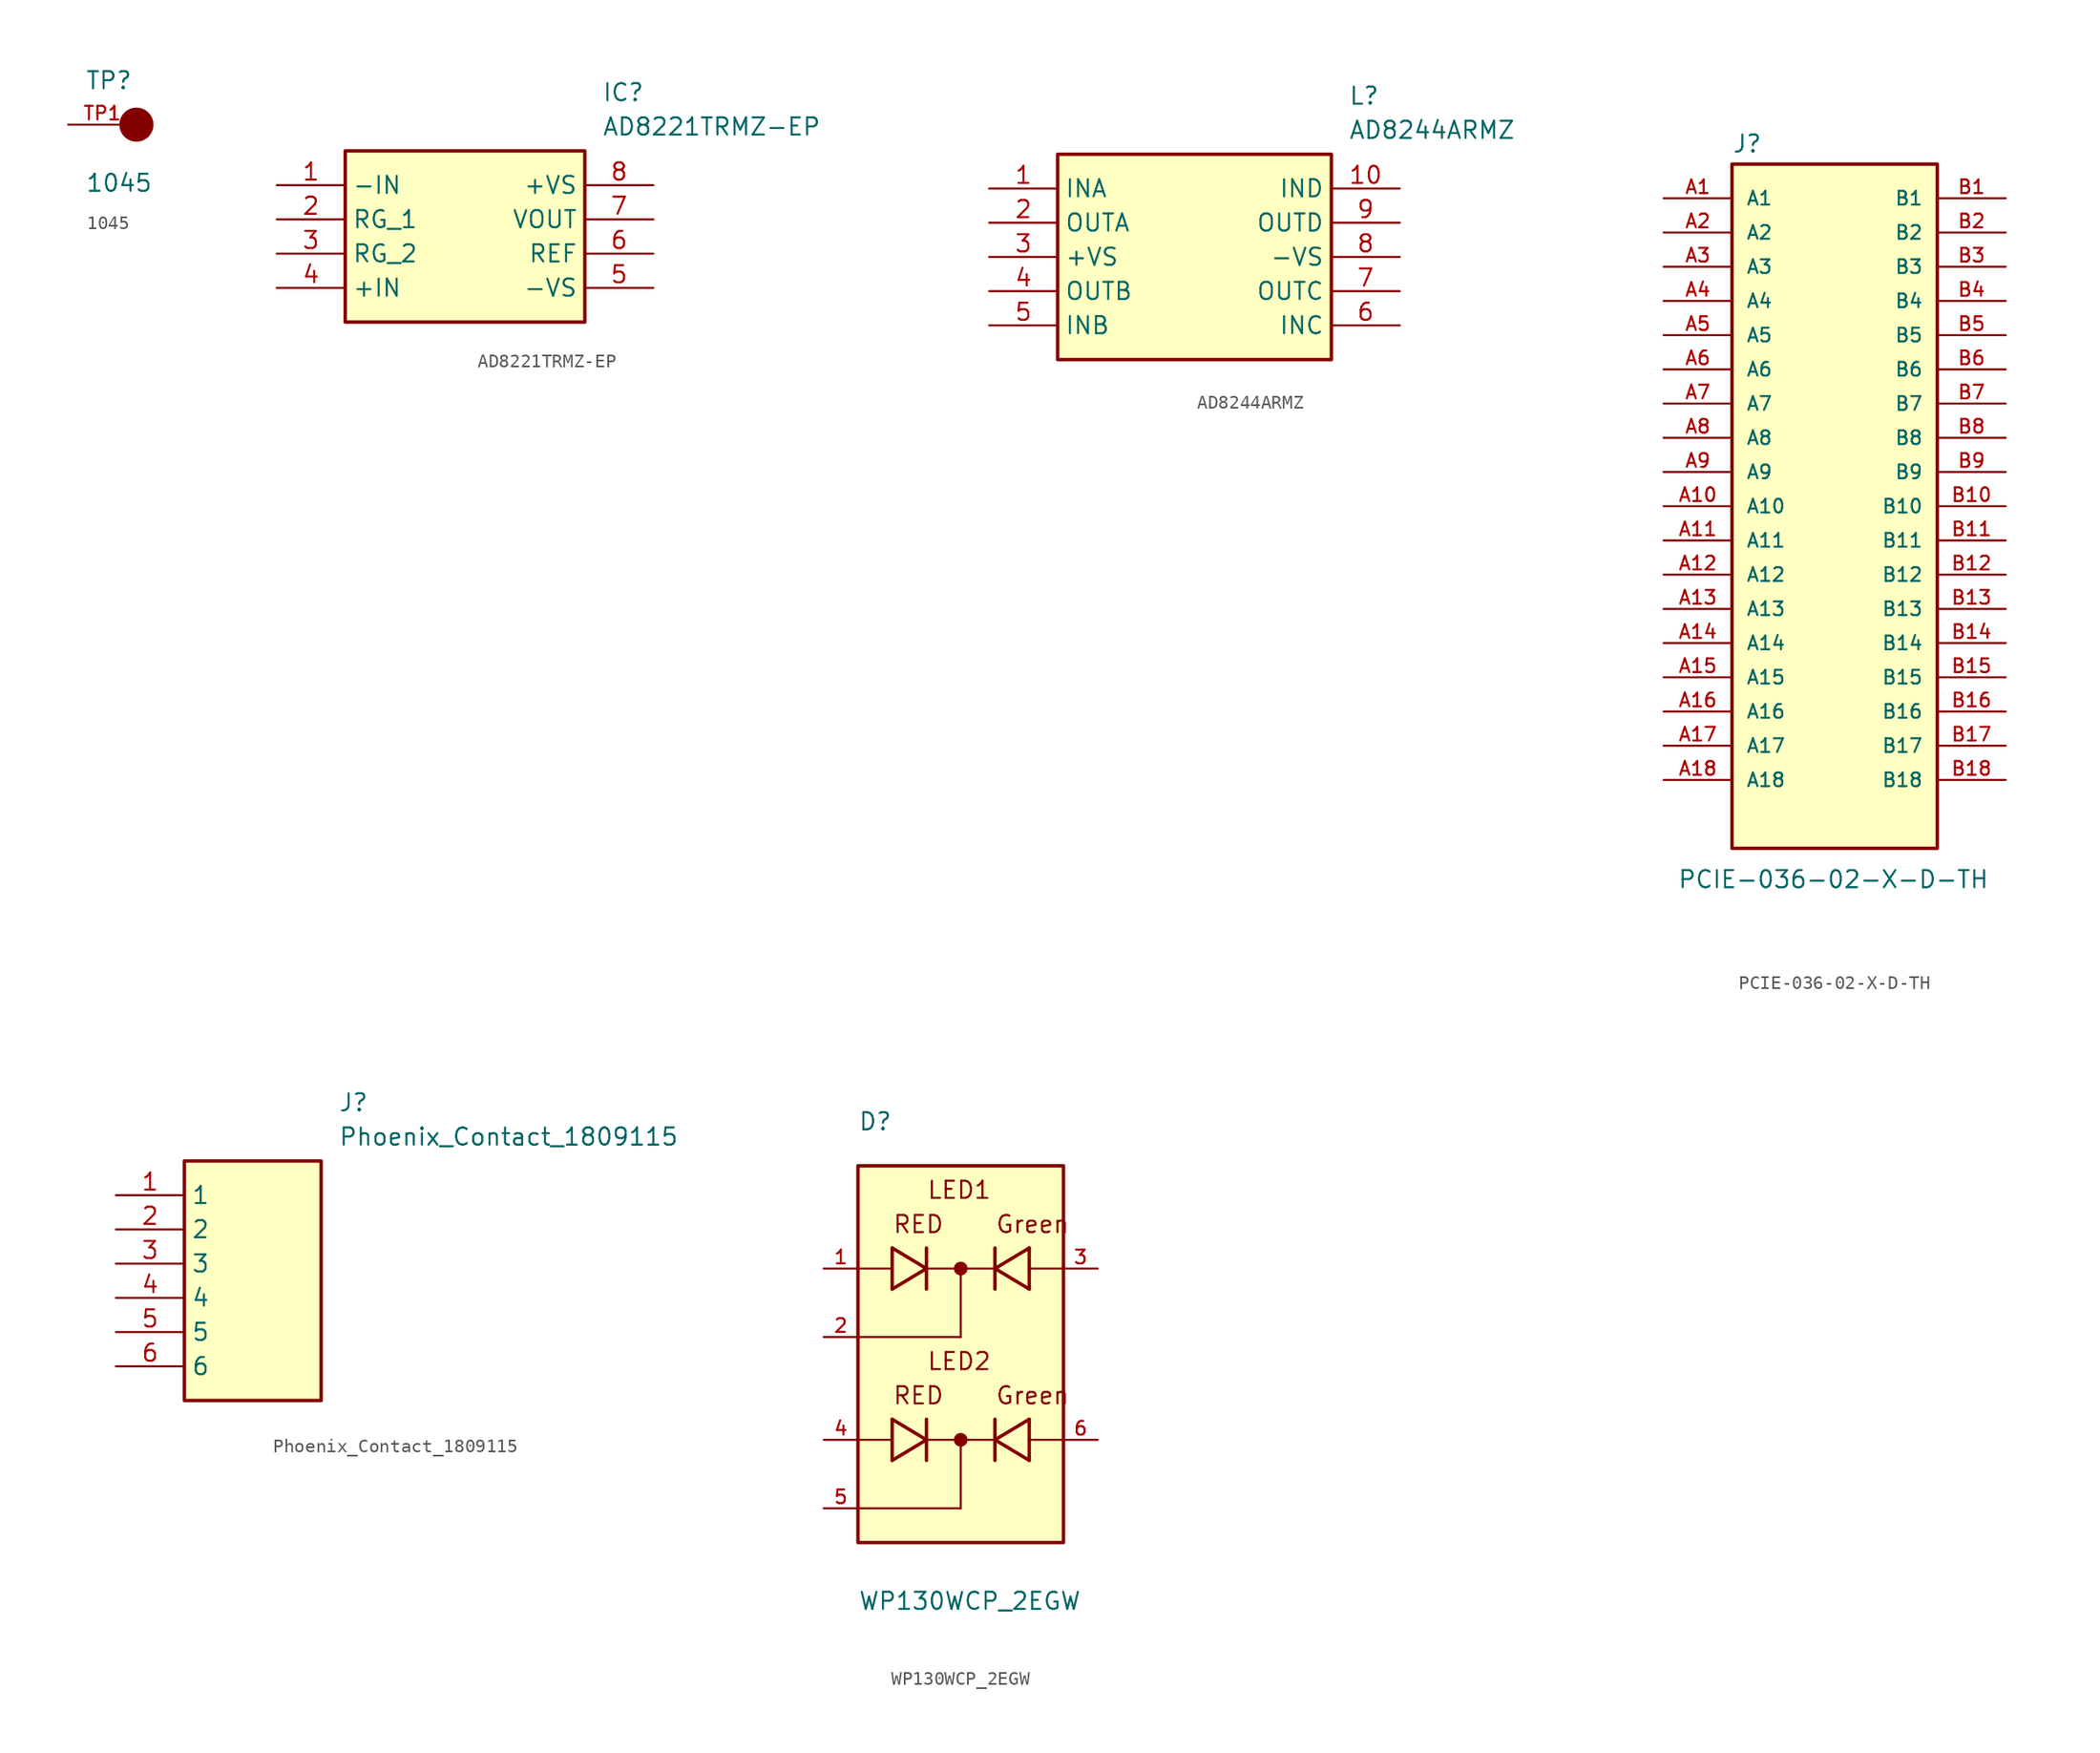
<source format=kicad_sym>
(kicad_symbol_lib
  (version 20241209)
  (generator "kicad_symbol_editor")
  (generator_version "9.0")
  (symbol "1045"
    (pin_names
      (offset 1.016))
    (property "Reference" "TP"
      (at -2.54 2.54 0)
      (effects (font (size 1.27 1.27)) (justify left bottom)))
    (property "Value" "1045"
      (at -2.54 -5.08 0)
      (effects (font (size 1.27 1.27)) (justify left bottom)))
    (symbol "1045_0_0"
      (circle (center 1.27 0) (radius 0.635) (stroke (width 1.27) (type default)) (fill (type none))))
    (symbol "1045_1_0"
      (pin passive line (at -3.81 0 0) (length 5.08) (name "~" (effects (font (size 1.016 1.016)))) (number "TP1" (effects (font (size 1.016 1.016)))))))
  (symbol "AD8221TRMZ-EP"
    (property "Reference" "IC"
      (at 24.13 7.62 0)
      (effects (font (size 1.27 1.27)) (justify left top)))
    (property "Value" "AD8221TRMZ-EP"
      (at 24.13 5.08 0)
      (effects (font (size 1.27 1.27)) (justify left top)))
    (symbol "AD8221TRMZ-EP_1_1"
      (rectangle (start 5.08 2.54) (end 22.86 -10.16) (stroke (width 0.254) (type default)) (fill (type background)))
      (pin passive line (at 0 0 0) (length 5.08) (name "-IN" (effects (font (size 1.27 1.27)))) (number "1" (effects (font (size 1.27 1.27)))))
      (pin passive line (at 0 -2.54 0) (length 5.08) (name "RG_1" (effects (font (size 1.27 1.27)))) (number "2" (effects (font (size 1.27 1.27)))))
      (pin passive line (at 0 -5.08 0) (length 5.08) (name "RG_2" (effects (font (size 1.27 1.27)))) (number "3" (effects (font (size 1.27 1.27)))))
      (pin passive line (at 0 -7.62 0) (length 5.08) (name "+IN" (effects (font (size 1.27 1.27)))) (number "4" (effects (font (size 1.27 1.27)))))
      (pin passive line (at 27.94 0 180) (length 5.08) (name "+VS" (effects (font (size 1.27 1.27)))) (number "8" (effects (font (size 1.27 1.27)))))
      (pin passive line (at 27.94 -2.54 180) (length 5.08) (name "VOUT" (effects (font (size 1.27 1.27)))) (number "7" (effects (font (size 1.27 1.27)))))
      (pin passive line (at 27.94 -5.08 180) (length 5.08) (name "REF" (effects (font (size 1.27 1.27)))) (number "6" (effects (font (size 1.27 1.27)))))
      (pin passive line (at 27.94 -7.62 180) (length 5.08) (name "-VS" (effects (font (size 1.27 1.27)))) (number "5" (effects (font (size 1.27 1.27)))))))
  (symbol "AD8244ARMZ"
    (property "Reference" "L"
      (at 26.67 7.62 0)
      (effects (font (size 1.27 1.27)) (justify left top)))
    (property "Value" "AD8244ARMZ"
      (at 26.67 5.08 0)
      (effects (font (size 1.27 1.27)) (justify left top)))
    (symbol "AD8244ARMZ_1_1"
      (rectangle (start 5.08 2.54) (end 25.4 -12.7) (stroke (width 0.254) (type default)) (fill (type background)))
      (pin passive line (at 0 0 0) (length 5.08) (name "INA" (effects (font (size 1.27 1.27)))) (number "1" (effects (font (size 1.27 1.27)))))
      (pin passive line (at 0 -2.54 0) (length 5.08) (name "OUTA" (effects (font (size 1.27 1.27)))) (number "2" (effects (font (size 1.27 1.27)))))
      (pin passive line (at 0 -5.08 0) (length 5.08) (name "+VS" (effects (font (size 1.27 1.27)))) (number "3" (effects (font (size 1.27 1.27)))))
      (pin passive line (at 0 -7.62 0) (length 5.08) (name "OUTB" (effects (font (size 1.27 1.27)))) (number "4" (effects (font (size 1.27 1.27)))))
      (pin passive line (at 0 -10.16 0) (length 5.08) (name "INB" (effects (font (size 1.27 1.27)))) (number "5" (effects (font (size 1.27 1.27)))))
      (pin passive line (at 30.48 0 180) (length 5.08) (name "IND" (effects (font (size 1.27 1.27)))) (number "10" (effects (font (size 1.27 1.27)))))
      (pin passive line (at 30.48 -2.54 180) (length 5.08) (name "OUTD" (effects (font (size 1.27 1.27)))) (number "9" (effects (font (size 1.27 1.27)))))
      (pin passive line (at 30.48 -5.08 180) (length 5.08) (name "-VS" (effects (font (size 1.27 1.27)))) (number "8" (effects (font (size 1.27 1.27)))))
      (pin passive line (at 30.48 -7.62 180) (length 5.08) (name "OUTC" (effects (font (size 1.27 1.27)))) (number "7" (effects (font (size 1.27 1.27)))))
      (pin passive line (at 30.48 -10.16 180) (length 5.08) (name "INC" (effects (font (size 1.27 1.27)))) (number "6" (effects (font (size 1.27 1.27)))))))
  (symbol "PCIE-036-02-X-D-TH"
    (pin_names
      (offset 1.016))
    (property "Reference" "J"
      (at -7.62 26.162 0)
      (effects (font (size 1.27 1.27)) (justify left bottom)))
    (property "Value" "PCIE-036-02-X-D-TH"
      (at -11.684 -28.448 0)
      (effects (font (size 1.27 1.27)) (justify left bottom)))
    (symbol "PCIE-036-02-X-D-TH_0_0"
      (rectangle (start -7.62 -25.4) (end 7.62 25.4) (stroke (width 0.254) (type default)) (fill (type background)))
      (pin passive line (at -12.7 22.86 0) (length 5.08) (name "A1" (effects (font (size 1.016 1.016)))) (number "A1" (effects (font (size 1.016 1.016)))))
      (pin passive line (at -12.7 20.32 0) (length 5.08) (name "A2" (effects (font (size 1.016 1.016)))) (number "A2" (effects (font (size 1.016 1.016)))))
      (pin passive line (at -12.7 17.78 0) (length 5.08) (name "A3" (effects (font (size 1.016 1.016)))) (number "A3" (effects (font (size 1.016 1.016)))))
      (pin passive line (at -12.7 15.24 0) (length 5.08) (name "A4" (effects (font (size 1.016 1.016)))) (number "A4" (effects (font (size 1.016 1.016)))))
      (pin passive line (at -12.7 12.7 0) (length 5.08) (name "A5" (effects (font (size 1.016 1.016)))) (number "A5" (effects (font (size 1.016 1.016)))))
      (pin passive line (at -12.7 10.16 0) (length 5.08) (name "A6" (effects (font (size 1.016 1.016)))) (number "A6" (effects (font (size 1.016 1.016)))))
      (pin passive line (at -12.7 7.62 0) (length 5.08) (name "A7" (effects (font (size 1.016 1.016)))) (number "A7" (effects (font (size 1.016 1.016)))))
      (pin passive line (at -12.7 5.08 0) (length 5.08) (name "A8" (effects (font (size 1.016 1.016)))) (number "A8" (effects (font (size 1.016 1.016)))))
      (pin passive line (at -12.7 2.54 0) (length 5.08) (name "A9" (effects (font (size 1.016 1.016)))) (number "A9" (effects (font (size 1.016 1.016)))))
      (pin passive line (at -12.7 0 0) (length 5.08) (name "A10" (effects (font (size 1.016 1.016)))) (number "A10" (effects (font (size 1.016 1.016)))))
      (pin passive line (at -12.7 -2.54 0) (length 5.08) (name "A11" (effects (font (size 1.016 1.016)))) (number "A11" (effects (font (size 1.016 1.016)))))
      (pin passive line (at -12.7 -5.08 0) (length 5.08) (name "A12" (effects (font (size 1.016 1.016)))) (number "A12" (effects (font (size 1.016 1.016)))))
      (pin passive line (at -12.7 -7.62 0) (length 5.08) (name "A13" (effects (font (size 1.016 1.016)))) (number "A13" (effects (font (size 1.016 1.016)))))
      (pin passive line (at -12.7 -10.16 0) (length 5.08) (name "A14" (effects (font (size 1.016 1.016)))) (number "A14" (effects (font (size 1.016 1.016)))))
      (pin passive line (at -12.7 -12.7 0) (length 5.08) (name "A15" (effects (font (size 1.016 1.016)))) (number "A15" (effects (font (size 1.016 1.016)))))
      (pin passive line (at -12.7 -15.24 0) (length 5.08) (name "A16" (effects (font (size 1.016 1.016)))) (number "A16" (effects (font (size 1.016 1.016)))))
      (pin passive line (at -12.7 -17.78 0) (length 5.08) (name "A17" (effects (font (size 1.016 1.016)))) (number "A17" (effects (font (size 1.016 1.016)))))
      (pin passive line (at -12.7 -20.32 0) (length 5.08) (name "A18" (effects (font (size 1.016 1.016)))) (number "A18" (effects (font (size 1.016 1.016)))))
      (pin passive line (at 12.7 22.86 180) (length 5.08) (name "B1" (effects (font (size 1.016 1.016)))) (number "B1" (effects (font (size 1.016 1.016)))))
      (pin passive line (at 12.7 20.32 180) (length 5.08) (name "B2" (effects (font (size 1.016 1.016)))) (number "B2" (effects (font (size 1.016 1.016)))))
      (pin passive line (at 12.7 17.78 180) (length 5.08) (name "B3" (effects (font (size 1.016 1.016)))) (number "B3" (effects (font (size 1.016 1.016)))))
      (pin passive line (at 12.7 15.24 180) (length 5.08) (name "B4" (effects (font (size 1.016 1.016)))) (number "B4" (effects (font (size 1.016 1.016)))))
      (pin passive line (at 12.7 12.7 180) (length 5.08) (name "B5" (effects (font (size 1.016 1.016)))) (number "B5" (effects (font (size 1.016 1.016)))))
      (pin passive line (at 12.7 10.16 180) (length 5.08) (name "B6" (effects (font (size 1.016 1.016)))) (number "B6" (effects (font (size 1.016 1.016)))))
      (pin passive line (at 12.7 7.62 180) (length 5.08) (name "B7" (effects (font (size 1.016 1.016)))) (number "B7" (effects (font (size 1.016 1.016)))))
      (pin passive line (at 12.7 5.08 180) (length 5.08) (name "B8" (effects (font (size 1.016 1.016)))) (number "B8" (effects (font (size 1.016 1.016)))))
      (pin passive line (at 12.7 2.54 180) (length 5.08) (name "B9" (effects (font (size 1.016 1.016)))) (number "B9" (effects (font (size 1.016 1.016)))))
      (pin passive line (at 12.7 0 180) (length 5.08) (name "B10" (effects (font (size 1.016 1.016)))) (number "B10" (effects (font (size 1.016 1.016)))))
      (pin passive line (at 12.7 -2.54 180) (length 5.08) (name "B11" (effects (font (size 1.016 1.016)))) (number "B11" (effects (font (size 1.016 1.016)))))
      (pin passive line (at 12.7 -5.08 180) (length 5.08) (name "B12" (effects (font (size 1.016 1.016)))) (number "B12" (effects (font (size 1.016 1.016)))))
      (pin passive line (at 12.7 -7.62 180) (length 5.08) (name "B13" (effects (font (size 1.016 1.016)))) (number "B13" (effects (font (size 1.016 1.016)))))
      (pin passive line (at 12.7 -10.16 180) (length 5.08) (name "B14" (effects (font (size 1.016 1.016)))) (number "B14" (effects (font (size 1.016 1.016)))))
      (pin passive line (at 12.7 -12.7 180) (length 5.08) (name "B15" (effects (font (size 1.016 1.016)))) (number "B15" (effects (font (size 1.016 1.016)))))
      (pin passive line (at 12.7 -15.24 180) (length 5.08) (name "B16" (effects (font (size 1.016 1.016)))) (number "B16" (effects (font (size 1.016 1.016)))))
      (pin passive line (at 12.7 -17.78 180) (length 5.08) (name "B17" (effects (font (size 1.016 1.016)))) (number "B17" (effects (font (size 1.016 1.016)))))
      (pin passive line (at 12.7 -20.32 180) (length 5.08) (name "B18" (effects (font (size 1.016 1.016)))) (number "B18" (effects (font (size 1.016 1.016)))))))
  (symbol "Phoenix_Contact_1809115"
    (property "Reference" "J"
      (at 16.51 7.62 0)
      (effects (font (size 1.27 1.27)) (justify left top)))
    (property "Value" "Phoenix_Contact_1809115"
      (at 16.51 5.08 0)
      (effects (font (size 1.27 1.27)) (justify left top)))
    (symbol "Phoenix_Contact_1809115_1_1"
      (rectangle (start 5.08 2.54) (end 15.24 -15.24) (stroke (width 0.254) (type default)) (fill (type background)))
      (pin passive line (at 0 0 0) (length 5.08) (name "1" (effects (font (size 1.27 1.27)))) (number "1" (effects (font (size 1.27 1.27)))))
      (pin passive line (at 0 -2.54 0) (length 5.08) (name "2" (effects (font (size 1.27 1.27)))) (number "2" (effects (font (size 1.27 1.27)))))
      (pin passive line (at 0 -5.08 0) (length 5.08) (name "3" (effects (font (size 1.27 1.27)))) (number "3" (effects (font (size 1.27 1.27)))))
      (pin passive line (at 0 -7.62 0) (length 5.08) (name "4" (effects (font (size 1.27 1.27)))) (number "4" (effects (font (size 1.27 1.27)))))
      (pin passive line (at 0 -10.16 0) (length 5.08) (name "5" (effects (font (size 1.27 1.27)))) (number "5" (effects (font (size 1.27 1.27)))))
      (pin passive line (at 0 -12.7 0) (length 5.08) (name "6" (effects (font (size 1.27 1.27)))) (number "6" (effects (font (size 1.27 1.27)))))))
  (symbol "WP130WCP_2EGW"
    (pin_names
      (offset 1.016))
    (property "Reference" "D"
      (at -7.62 17.78 0)
      (effects (font (size 1.27 1.27)) (justify left bottom)))
    (property "Value" "WP130WCP_2EGW"
      (at -7.62 -17.78 0)
      (effects (font (size 1.27 1.27)) (justify left bottom)))
    (symbol "WP130WCP_2EGW_0_0"
      (rectangle (start -7.62 -12.7) (end 7.62 15.24) (stroke (width 0.254) (type default)) (fill (type background)))
      (polyline (pts (xy -5.08 9.144) (xy -5.08 7.62)) (stroke (width 0.254) (type default)) (fill (type none)))
      (polyline (pts (xy -5.08 7.62) (xy -7.62 7.62)) (stroke (width 0.152) (type default)) (fill (type none)))
      (polyline (pts (xy -5.08 7.62) (xy -5.08 6.096)) (stroke (width 0.254) (type default)) (fill (type none)))
      (polyline (pts (xy -5.08 6.096) (xy -2.54 7.62)) (stroke (width 0.254) (type default)) (fill (type none)))
      (polyline (pts (xy -5.08 -3.556) (xy -5.08 -5.08)) (stroke (width 0.254) (type default)) (fill (type none)))
      (polyline (pts (xy -5.08 -5.08) (xy -7.62 -5.08)) (stroke (width 0.152) (type default)) (fill (type none)))
      (polyline (pts (xy -5.08 -5.08) (xy -5.08 -6.604)) (stroke (width 0.254) (type default)) (fill (type none)))
      (polyline (pts (xy -5.08 -6.604) (xy -2.54 -5.08)) (stroke (width 0.254) (type default)) (fill (type none)))
      (polyline (pts (xy -2.54 9.144) (xy -2.54 7.62)) (stroke (width 0.254) (type default)) (fill (type none)))
      (polyline (pts (xy -2.54 7.62) (xy -5.08 9.144)) (stroke (width 0.254) (type default)) (fill (type none)))
      (polyline (pts (xy -2.54 7.62) (xy -2.54 6.096)) (stroke (width 0.254) (type default)) (fill (type none)))
      (polyline (pts (xy -2.54 7.62) (xy 0 7.62)) (stroke (width 0.152) (type default)) (fill (type none)))
      (polyline (pts (xy -2.54 -3.556) (xy -2.54 -5.08)) (stroke (width 0.254) (type default)) (fill (type none)))
      (polyline (pts (xy -2.54 -5.08) (xy -5.08 -3.556)) (stroke (width 0.254) (type default)) (fill (type none)))
      (polyline (pts (xy -2.54 -5.08) (xy -2.54 -6.604)) (stroke (width 0.254) (type default)) (fill (type none)))
      (polyline (pts (xy -2.54 -5.08) (xy 0 -5.08)) (stroke (width 0.152) (type default)) (fill (type none)))
      (circle (center 0 7.62) (radius 0.254) (stroke (width 0.508) (type default)) (fill (type none)))
      (polyline (pts (xy 0 7.62) (xy 0 2.54)) (stroke (width 0.152) (type default)) (fill (type none)))
      (polyline (pts (xy 0 7.62) (xy 2.54 7.62)) (stroke (width 0.152) (type default)) (fill (type none)))
      (polyline (pts (xy 0 2.54) (xy -7.62 2.54)) (stroke (width 0.152) (type default)) (fill (type none)))
      (polyline (pts (xy 0 -5.08) (xy 0 -10.16)) (stroke (width 0.152) (type default)) (fill (type none)))
      (polyline (pts (xy 0 -5.08) (xy 2.54 -5.08)) (stroke (width 0.152) (type default)) (fill (type none)))
      (circle (center 0 -5.08) (radius 0.254) (stroke (width 0.508) (type default)) (fill (type none)))
      (polyline (pts (xy 0 -10.16) (xy -7.62 -10.16)) (stroke (width 0.152) (type default)) (fill (type none)))
      (polyline (pts (xy 2.54 7.62) (xy 2.54 9.144)) (stroke (width 0.254) (type default)) (fill (type none)))
      (polyline (pts (xy 2.54 7.62) (xy 5.08 6.096)) (stroke (width 0.254) (type default)) (fill (type none)))
      (polyline (pts (xy 2.54 6.096) (xy 2.54 7.62)) (stroke (width 0.254) (type default)) (fill (type none)))
      (polyline (pts (xy 2.54 -5.08) (xy 2.54 -3.556)) (stroke (width 0.254) (type default)) (fill (type none)))
      (polyline (pts (xy 2.54 -5.08) (xy 5.08 -6.604)) (stroke (width 0.254) (type default)) (fill (type none)))
      (polyline (pts (xy 2.54 -6.604) (xy 2.54 -5.08)) (stroke (width 0.254) (type default)) (fill (type none)))
      (polyline (pts (xy 5.08 9.144) (xy 2.54 7.62)) (stroke (width 0.254) (type default)) (fill (type none)))
      (polyline (pts (xy 5.08 7.62) (xy 5.08 9.144)) (stroke (width 0.254) (type default)) (fill (type none)))
      (polyline (pts (xy 5.08 7.62) (xy 7.62 7.62)) (stroke (width 0.152) (type default)) (fill (type none)))
      (polyline (pts (xy 5.08 6.096) (xy 5.08 7.62)) (stroke (width 0.254) (type default)) (fill (type none)))
      (polyline (pts (xy 5.08 -3.556) (xy 2.54 -5.08)) (stroke (width 0.254) (type default)) (fill (type none)))
      (polyline (pts (xy 5.08 -5.08) (xy 5.08 -3.556)) (stroke (width 0.254) (type default)) (fill (type none)))
      (polyline (pts (xy 5.08 -5.08) (xy 7.62 -5.08)) (stroke (width 0.152) (type default)) (fill (type none)))
      (polyline (pts (xy 5.08 -6.604) (xy 5.08 -5.08)) (stroke (width 0.254) (type default)) (fill (type none)))
      (text "RED" (at -5.08 10.16 0) (effects (font (size 1.27 1.27)) (justify left bottom)))
      (text "RED" (at -5.08 -2.54 0) (effects (font (size 1.27 1.27)) (justify left bottom)))
      (text "LED1" (at -2.54 12.7 0) (effects (font (size 1.27 1.27)) (justify left bottom)))
      (text "LED2" (at -2.54 0 0) (effects (font (size 1.27 1.27)) (justify left bottom)))
      (text "Green" (at 2.54 10.16 0) (effects (font (size 1.27 1.27)) (justify left bottom)))
      (text "Green" (at 2.54 -2.54 0) (effects (font (size 1.27 1.27)) (justify left bottom)))
      (pin passive line (at -10.16 7.62 0) (length 2.54) (name "~" (effects (font (size 1.016 1.016)))) (number "1" (effects (font (size 1.016 1.016)))))
      (pin passive line (at -10.16 2.54 0) (length 2.54) (name "~" (effects (font (size 1.016 1.016)))) (number "2" (effects (font (size 1.016 1.016)))))
      (pin passive line (at -10.16 -5.08 0) (length 2.54) (name "~" (effects (font (size 1.016 1.016)))) (number "4" (effects (font (size 1.016 1.016)))))
      (pin passive line (at -10.16 -10.16 0) (length 2.54) (name "~" (effects (font (size 1.016 1.016)))) (number "5" (effects (font (size 1.016 1.016)))))
      (pin passive line (at 10.16 7.62 180) (length 2.54) (name "~" (effects (font (size 1.016 1.016)))) (number "3" (effects (font (size 1.016 1.016)))))
      (pin passive line (at 10.16 -5.08 180) (length 2.54) (name "~" (effects (font (size 1.016 1.016)))) (number "6" (effects (font (size 1.016 1.016))))))))
</source>
